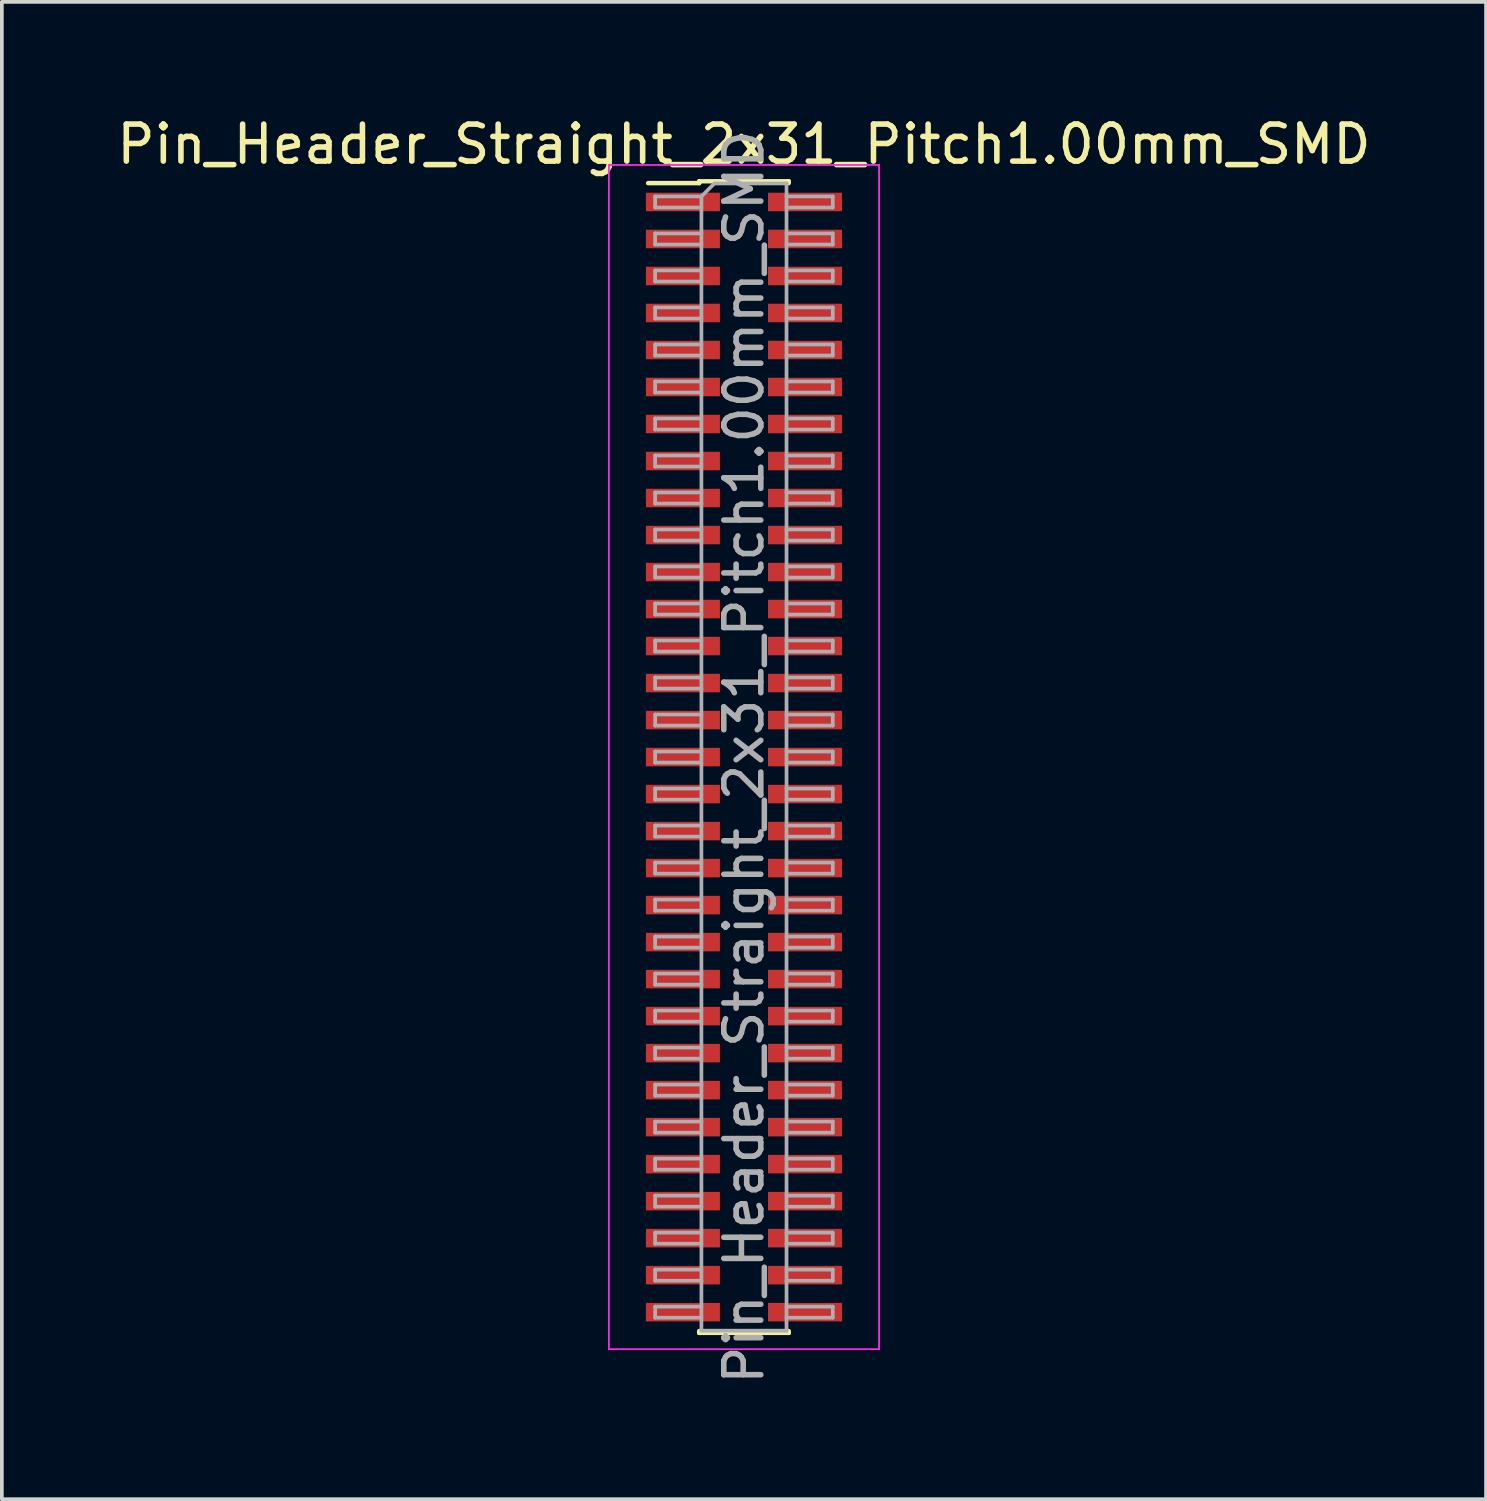
<source format=kicad_pcb>
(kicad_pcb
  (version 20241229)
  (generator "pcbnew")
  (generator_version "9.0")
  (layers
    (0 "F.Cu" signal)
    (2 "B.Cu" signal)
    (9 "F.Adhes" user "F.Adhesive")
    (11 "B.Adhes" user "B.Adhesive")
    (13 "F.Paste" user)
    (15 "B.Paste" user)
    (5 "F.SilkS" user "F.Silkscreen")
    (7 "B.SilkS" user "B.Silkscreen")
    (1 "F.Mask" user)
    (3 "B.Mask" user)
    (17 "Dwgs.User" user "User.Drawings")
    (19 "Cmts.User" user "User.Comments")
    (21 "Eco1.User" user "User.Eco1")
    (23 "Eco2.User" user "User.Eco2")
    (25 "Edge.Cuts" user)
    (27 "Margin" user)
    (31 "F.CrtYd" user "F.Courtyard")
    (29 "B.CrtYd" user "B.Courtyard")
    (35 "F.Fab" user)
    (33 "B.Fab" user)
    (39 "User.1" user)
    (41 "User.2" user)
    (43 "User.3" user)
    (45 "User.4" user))
  (footprint "Pin_Header_Straight_2x31_Pitch1.00mm_SMD"
    (layer "F.Cu")
    (at 17.054 17.408)
    (property "Reference" "Pin_Header_Straight_2x31_Pitch1.00mm_SMD" (at 0 -16.56 0) (layer "F.SilkS") (effects (font (size 1 1) (thickness 0.15))))
    (attr smd)
    (fp_line (start -2.59 -15.51) (end -1.21 -15.51) (stroke (width 0.12) (type solid)) (layer "F.SilkS"))
    (fp_line (start -1.21 -15.56) (end -1.21 -15.51) (stroke (width 0.12) (type solid)) (layer "F.SilkS"))
    (fp_line (start -1.21 -15.56) (end 1.21 -15.56) (stroke (width 0.12) (type solid)) (layer "F.SilkS"))
    (fp_line (start -1.21 15.51) (end -1.21 15.56) (stroke (width 0.12) (type solid)) (layer "F.SilkS"))
    (fp_line (start -1.21 15.56) (end 1.21 15.56) (stroke (width 0.12) (type solid)) (layer "F.SilkS"))
    (fp_line (start 1.21 -15.56) (end 1.21 -15.51) (stroke (width 0.12) (type solid)) (layer "F.SilkS"))
    (fp_line (start 1.21 15.51) (end 1.21 15.56) (stroke (width 0.12) (type solid)) (layer "F.SilkS"))
    (fp_line (start -3.65 -16) (end -3.65 16) (stroke (width 0.05) (type solid)) (layer "F.CrtYd"))
    (fp_line (start -3.65 16) (end 3.65 16) (stroke (width 0.05) (type solid)) (layer "F.CrtYd"))
    (fp_line (start 3.65 -16) (end -3.65 -16) (stroke (width 0.05) (type solid)) (layer "F.CrtYd"))
    (fp_line (start 3.65 16) (end 3.65 -16) (stroke (width 0.05) (type solid)) (layer "F.CrtYd"))
    (fp_line (start -2.4 -15.15) (end -2.4 -14.85) (stroke (width 0.1) (type solid)) (layer "F.Fab"))
    (fp_line (start -2.4 -14.85) (end -1.15 -14.85) (stroke (width 0.1) (type solid)) (layer "F.Fab"))
    (fp_line (start -2.4 -14.15) (end -2.4 -13.85) (stroke (width 0.1) (type solid)) (layer "F.Fab"))
    (fp_line (start -2.4 -13.85) (end -1.15 -13.85) (stroke (width 0.1) (type solid)) (layer "F.Fab"))
    (fp_line (start -2.4 -13.15) (end -2.4 -12.85) (stroke (width 0.1) (type solid)) (layer "F.Fab"))
    (fp_line (start -2.4 -12.85) (end -1.15 -12.85) (stroke (width 0.1) (type solid)) (layer "F.Fab"))
    (fp_line (start -2.4 -12.15) (end -2.4 -11.85) (stroke (width 0.1) (type solid)) (layer "F.Fab"))
    (fp_line (start -2.4 -11.85) (end -1.15 -11.85) (stroke (width 0.1) (type solid)) (layer "F.Fab"))
    (fp_line (start -2.4 -11.15) (end -2.4 -10.85) (stroke (width 0.1) (type solid)) (layer "F.Fab"))
    (fp_line (start -2.4 -10.85) (end -1.15 -10.85) (stroke (width 0.1) (type solid)) (layer "F.Fab"))
    (fp_line (start -2.4 -10.15) (end -2.4 -9.85) (stroke (width 0.1) (type solid)) (layer "F.Fab"))
    (fp_line (start -2.4 -9.85) (end -1.15 -9.85) (stroke (width 0.1) (type solid)) (layer "F.Fab"))
    (fp_line (start -2.4 -9.15) (end -2.4 -8.85) (stroke (width 0.1) (type solid)) (layer "F.Fab"))
    (fp_line (start -2.4 -8.85) (end -1.15 -8.85) (stroke (width 0.1) (type solid)) (layer "F.Fab"))
    (fp_line (start -2.4 -8.15) (end -2.4 -7.85) (stroke (width 0.1) (type solid)) (layer "F.Fab"))
    (fp_line (start -2.4 -7.85) (end -1.15 -7.85) (stroke (width 0.1) (type solid)) (layer "F.Fab"))
    (fp_line (start -2.4 -7.15) (end -2.4 -6.85) (stroke (width 0.1) (type solid)) (layer "F.Fab"))
    (fp_line (start -2.4 -6.85) (end -1.15 -6.85) (stroke (width 0.1) (type solid)) (layer "F.Fab"))
    (fp_line (start -2.4 -6.15) (end -2.4 -5.85) (stroke (width 0.1) (type solid)) (layer "F.Fab"))
    (fp_line (start -2.4 -5.85) (end -1.15 -5.85) (stroke (width 0.1) (type solid)) (layer "F.Fab"))
    (fp_line (start -2.4 -5.15) (end -2.4 -4.85) (stroke (width 0.1) (type solid)) (layer "F.Fab"))
    (fp_line (start -2.4 -4.85) (end -1.15 -4.85) (stroke (width 0.1) (type solid)) (layer "F.Fab"))
    (fp_line (start -2.4 -4.15) (end -2.4 -3.85) (stroke (width 0.1) (type solid)) (layer "F.Fab"))
    (fp_line (start -2.4 -3.85) (end -1.15 -3.85) (stroke (width 0.1) (type solid)) (layer "F.Fab"))
    (fp_line (start -2.4 -3.15) (end -2.4 -2.85) (stroke (width 0.1) (type solid)) (layer "F.Fab"))
    (fp_line (start -2.4 -2.85) (end -1.15 -2.85) (stroke (width 0.1) (type solid)) (layer "F.Fab"))
    (fp_line (start -2.4 -2.15) (end -2.4 -1.85) (stroke (width 0.1) (type solid)) (layer "F.Fab"))
    (fp_line (start -2.4 -1.85) (end -1.15 -1.85) (stroke (width 0.1) (type solid)) (layer "F.Fab"))
    (fp_line (start -2.4 -1.15) (end -2.4 -0.85) (stroke (width 0.1) (type solid)) (layer "F.Fab"))
    (fp_line (start -2.4 -0.85) (end -1.15 -0.85) (stroke (width 0.1) (type solid)) (layer "F.Fab"))
    (fp_line (start -2.4 -0.15) (end -2.4 0.15) (stroke (width 0.1) (type solid)) (layer "F.Fab"))
    (fp_line (start -2.4 0.15) (end -1.15 0.15) (stroke (width 0.1) (type solid)) (layer "F.Fab"))
    (fp_line (start -2.4 0.85) (end -2.4 1.15) (stroke (width 0.1) (type solid)) (layer "F.Fab"))
    (fp_line (start -2.4 1.15) (end -1.15 1.15) (stroke (width 0.1) (type solid)) (layer "F.Fab"))
    (fp_line (start -2.4 1.85) (end -2.4 2.15) (stroke (width 0.1) (type solid)) (layer "F.Fab"))
    (fp_line (start -2.4 2.15) (end -1.15 2.15) (stroke (width 0.1) (type solid)) (layer "F.Fab"))
    (fp_line (start -2.4 2.85) (end -2.4 3.15) (stroke (width 0.1) (type solid)) (layer "F.Fab"))
    (fp_line (start -2.4 3.15) (end -1.15 3.15) (stroke (width 0.1) (type solid)) (layer "F.Fab"))
    (fp_line (start -2.4 3.85) (end -2.4 4.15) (stroke (width 0.1) (type solid)) (layer "F.Fab"))
    (fp_line (start -2.4 4.15) (end -1.15 4.15) (stroke (width 0.1) (type solid)) (layer "F.Fab"))
    (fp_line (start -2.4 4.85) (end -2.4 5.15) (stroke (width 0.1) (type solid)) (layer "F.Fab"))
    (fp_line (start -2.4 5.15) (end -1.15 5.15) (stroke (width 0.1) (type solid)) (layer "F.Fab"))
    (fp_line (start -2.4 5.85) (end -2.4 6.15) (stroke (width 0.1) (type solid)) (layer "F.Fab"))
    (fp_line (start -2.4 6.15) (end -1.15 6.15) (stroke (width 0.1) (type solid)) (layer "F.Fab"))
    (fp_line (start -2.4 6.85) (end -2.4 7.15) (stroke (width 0.1) (type solid)) (layer "F.Fab"))
    (fp_line (start -2.4 7.15) (end -1.15 7.15) (stroke (width 0.1) (type solid)) (layer "F.Fab"))
    (fp_line (start -2.4 7.85) (end -2.4 8.15) (stroke (width 0.1) (type solid)) (layer "F.Fab"))
    (fp_line (start -2.4 8.15) (end -1.15 8.15) (stroke (width 0.1) (type solid)) (layer "F.Fab"))
    (fp_line (start -2.4 8.85) (end -2.4 9.15) (stroke (width 0.1) (type solid)) (layer "F.Fab"))
    (fp_line (start -2.4 9.15) (end -1.15 9.15) (stroke (width 0.1) (type solid)) (layer "F.Fab"))
    (fp_line (start -2.4 9.85) (end -2.4 10.15) (stroke (width 0.1) (type solid)) (layer "F.Fab"))
    (fp_line (start -2.4 10.15) (end -1.15 10.15) (stroke (width 0.1) (type solid)) (layer "F.Fab"))
    (fp_line (start -2.4 10.85) (end -2.4 11.15) (stroke (width 0.1) (type solid)) (layer "F.Fab"))
    (fp_line (start -2.4 11.15) (end -1.15 11.15) (stroke (width 0.1) (type solid)) (layer "F.Fab"))
    (fp_line (start -2.4 11.85) (end -2.4 12.15) (stroke (width 0.1) (type solid)) (layer "F.Fab"))
    (fp_line (start -2.4 12.15) (end -1.15 12.15) (stroke (width 0.1) (type solid)) (layer "F.Fab"))
    (fp_line (start -2.4 12.85) (end -2.4 13.15) (stroke (width 0.1) (type solid)) (layer "F.Fab"))
    (fp_line (start -2.4 13.15) (end -1.15 13.15) (stroke (width 0.1) (type solid)) (layer "F.Fab"))
    (fp_line (start -2.4 13.85) (end -2.4 14.15) (stroke (width 0.1) (type solid)) (layer "F.Fab"))
    (fp_line (start -2.4 14.15) (end -1.15 14.15) (stroke (width 0.1) (type solid)) (layer "F.Fab"))
    (fp_line (start -2.4 14.85) (end -2.4 15.15) (stroke (width 0.1) (type solid)) (layer "F.Fab"))
    (fp_line (start -2.4 15.15) (end -1.15 15.15) (stroke (width 0.1) (type solid)) (layer "F.Fab"))
    (fp_line (start -1.15 -15.15) (end -2.4 -15.15) (stroke (width 0.1) (type solid)) (layer "F.Fab"))
    (fp_line (start -1.15 -15.15) (end -0.8 -15.5) (stroke (width 0.1) (type solid)) (layer "F.Fab"))
    (fp_line (start -1.15 -14.15) (end -2.4 -14.15) (stroke (width 0.1) (type solid)) (layer "F.Fab"))
    (fp_line (start -1.15 -13.15) (end -2.4 -13.15) (stroke (width 0.1) (type solid)) (layer "F.Fab"))
    (fp_line (start -1.15 -12.15) (end -2.4 -12.15) (stroke (width 0.1) (type solid)) (layer "F.Fab"))
    (fp_line (start -1.15 -11.15) (end -2.4 -11.15) (stroke (width 0.1) (type solid)) (layer "F.Fab"))
    (fp_line (start -1.15 -10.15) (end -2.4 -10.15) (stroke (width 0.1) (type solid)) (layer "F.Fab"))
    (fp_line (start -1.15 -9.15) (end -2.4 -9.15) (stroke (width 0.1) (type solid)) (layer "F.Fab"))
    (fp_line (start -1.15 -8.15) (end -2.4 -8.15) (stroke (width 0.1) (type solid)) (layer "F.Fab"))
    (fp_line (start -1.15 -7.15) (end -2.4 -7.15) (stroke (width 0.1) (type solid)) (layer "F.Fab"))
    (fp_line (start -1.15 -6.15) (end -2.4 -6.15) (stroke (width 0.1) (type solid)) (layer "F.Fab"))
    (fp_line (start -1.15 -5.15) (end -2.4 -5.15) (stroke (width 0.1) (type solid)) (layer "F.Fab"))
    (fp_line (start -1.15 -4.15) (end -2.4 -4.15) (stroke (width 0.1) (type solid)) (layer "F.Fab"))
    (fp_line (start -1.15 -3.15) (end -2.4 -3.15) (stroke (width 0.1) (type solid)) (layer "F.Fab"))
    (fp_line (start -1.15 -2.15) (end -2.4 -2.15) (stroke (width 0.1) (type solid)) (layer "F.Fab"))
    (fp_line (start -1.15 -1.15) (end -2.4 -1.15) (stroke (width 0.1) (type solid)) (layer "F.Fab"))
    (fp_line (start -1.15 -0.15) (end -2.4 -0.15) (stroke (width 0.1) (type solid)) (layer "F.Fab"))
    (fp_line (start -1.15 0.85) (end -2.4 0.85) (stroke (width 0.1) (type solid)) (layer "F.Fab"))
    (fp_line (start -1.15 1.85) (end -2.4 1.85) (stroke (width 0.1) (type solid)) (layer "F.Fab"))
    (fp_line (start -1.15 2.85) (end -2.4 2.85) (stroke (width 0.1) (type solid)) (layer "F.Fab"))
    (fp_line (start -1.15 3.85) (end -2.4 3.85) (stroke (width 0.1) (type solid)) (layer "F.Fab"))
    (fp_line (start -1.15 4.85) (end -2.4 4.85) (stroke (width 0.1) (type solid)) (layer "F.Fab"))
    (fp_line (start -1.15 5.85) (end -2.4 5.85) (stroke (width 0.1) (type solid)) (layer "F.Fab"))
    (fp_line (start -1.15 6.85) (end -2.4 6.85) (stroke (width 0.1) (type solid)) (layer "F.Fab"))
    (fp_line (start -1.15 7.85) (end -2.4 7.85) (stroke (width 0.1) (type solid)) (layer "F.Fab"))
    (fp_line (start -1.15 8.85) (end -2.4 8.85) (stroke (width 0.1) (type solid)) (layer "F.Fab"))
    (fp_line (start -1.15 9.85) (end -2.4 9.85) (stroke (width 0.1) (type solid)) (layer "F.Fab"))
    (fp_line (start -1.15 10.85) (end -2.4 10.85) (stroke (width 0.1) (type solid)) (layer "F.Fab"))
    (fp_line (start -1.15 11.85) (end -2.4 11.85) (stroke (width 0.1) (type solid)) (layer "F.Fab"))
    (fp_line (start -1.15 12.85) (end -2.4 12.85) (stroke (width 0.1) (type solid)) (layer "F.Fab"))
    (fp_line (start -1.15 13.85) (end -2.4 13.85) (stroke (width 0.1) (type solid)) (layer "F.Fab"))
    (fp_line (start -1.15 14.85) (end -2.4 14.85) (stroke (width 0.1) (type solid)) (layer "F.Fab"))
    (fp_line (start -1.15 15.5) (end -1.15 -15.15) (stroke (width 0.1) (type solid)) (layer "F.Fab"))
    (fp_line (start -0.8 -15.5) (end 1.15 -15.5) (stroke (width 0.1) (type solid)) (layer "F.Fab"))
    (fp_line (start 1.15 -15.5) (end 1.15 15.5) (stroke (width 0.1) (type solid)) (layer "F.Fab"))
    (fp_line (start 1.15 -15.15) (end 2.4 -15.15) (stroke (width 0.1) (type solid)) (layer "F.Fab"))
    (fp_line (start 1.15 -14.15) (end 2.4 -14.15) (stroke (width 0.1) (type solid)) (layer "F.Fab"))
    (fp_line (start 1.15 -13.15) (end 2.4 -13.15) (stroke (width 0.1) (type solid)) (layer "F.Fab"))
    (fp_line (start 1.15 -12.15) (end 2.4 -12.15) (stroke (width 0.1) (type solid)) (layer "F.Fab"))
    (fp_line (start 1.15 -11.15) (end 2.4 -11.15) (stroke (width 0.1) (type solid)) (layer "F.Fab"))
    (fp_line (start 1.15 -10.15) (end 2.4 -10.15) (stroke (width 0.1) (type solid)) (layer "F.Fab"))
    (fp_line (start 1.15 -9.15) (end 2.4 -9.15) (stroke (width 0.1) (type solid)) (layer "F.Fab"))
    (fp_line (start 1.15 -8.15) (end 2.4 -8.15) (stroke (width 0.1) (type solid)) (layer "F.Fab"))
    (fp_line (start 1.15 -7.15) (end 2.4 -7.15) (stroke (width 0.1) (type solid)) (layer "F.Fab"))
    (fp_line (start 1.15 -6.15) (end 2.4 -6.15) (stroke (width 0.1) (type solid)) (layer "F.Fab"))
    (fp_line (start 1.15 -5.15) (end 2.4 -5.15) (stroke (width 0.1) (type solid)) (layer "F.Fab"))
    (fp_line (start 1.15 -4.15) (end 2.4 -4.15) (stroke (width 0.1) (type solid)) (layer "F.Fab"))
    (fp_line (start 1.15 -3.15) (end 2.4 -3.15) (stroke (width 0.1) (type solid)) (layer "F.Fab"))
    (fp_line (start 1.15 -2.15) (end 2.4 -2.15) (stroke (width 0.1) (type solid)) (layer "F.Fab"))
    (fp_line (start 1.15 -1.15) (end 2.4 -1.15) (stroke (width 0.1) (type solid)) (layer "F.Fab"))
    (fp_line (start 1.15 -0.15) (end 2.4 -0.15) (stroke (width 0.1) (type solid)) (layer "F.Fab"))
    (fp_line (start 1.15 0.85) (end 2.4 0.85) (stroke (width 0.1) (type solid)) (layer "F.Fab"))
    (fp_line (start 1.15 1.85) (end 2.4 1.85) (stroke (width 0.1) (type solid)) (layer "F.Fab"))
    (fp_line (start 1.15 2.85) (end 2.4 2.85) (stroke (width 0.1) (type solid)) (layer "F.Fab"))
    (fp_line (start 1.15 3.85) (end 2.4 3.85) (stroke (width 0.1) (type solid)) (layer "F.Fab"))
    (fp_line (start 1.15 4.85) (end 2.4 4.85) (stroke (width 0.1) (type solid)) (layer "F.Fab"))
    (fp_line (start 1.15 5.85) (end 2.4 5.85) (stroke (width 0.1) (type solid)) (layer "F.Fab"))
    (fp_line (start 1.15 6.85) (end 2.4 6.85) (stroke (width 0.1) (type solid)) (layer "F.Fab"))
    (fp_line (start 1.15 7.85) (end 2.4 7.85) (stroke (width 0.1) (type solid)) (layer "F.Fab"))
    (fp_line (start 1.15 8.85) (end 2.4 8.85) (stroke (width 0.1) (type solid)) (layer "F.Fab"))
    (fp_line (start 1.15 9.85) (end 2.4 9.85) (stroke (width 0.1) (type solid)) (layer "F.Fab"))
    (fp_line (start 1.15 10.85) (end 2.4 10.85) (stroke (width 0.1) (type solid)) (layer "F.Fab"))
    (fp_line (start 1.15 11.85) (end 2.4 11.85) (stroke (width 0.1) (type solid)) (layer "F.Fab"))
    (fp_line (start 1.15 12.85) (end 2.4 12.85) (stroke (width 0.1) (type solid)) (layer "F.Fab"))
    (fp_line (start 1.15 13.85) (end 2.4 13.85) (stroke (width 0.1) (type solid)) (layer "F.Fab"))
    (fp_line (start 1.15 14.85) (end 2.4 14.85) (stroke (width 0.1) (type solid)) (layer "F.Fab"))
    (fp_line (start 1.15 15.5) (end -1.15 15.5) (stroke (width 0.1) (type solid)) (layer "F.Fab"))
    (fp_line (start 2.4 -15.15) (end 2.4 -14.85) (stroke (width 0.1) (type solid)) (layer "F.Fab"))
    (fp_line (start 2.4 -14.85) (end 1.15 -14.85) (stroke (width 0.1) (type solid)) (layer "F.Fab"))
    (fp_line (start 2.4 -14.15) (end 2.4 -13.85) (stroke (width 0.1) (type solid)) (layer "F.Fab"))
    (fp_line (start 2.4 -13.85) (end 1.15 -13.85) (stroke (width 0.1) (type solid)) (layer "F.Fab"))
    (fp_line (start 2.4 -13.15) (end 2.4 -12.85) (stroke (width 0.1) (type solid)) (layer "F.Fab"))
    (fp_line (start 2.4 -12.85) (end 1.15 -12.85) (stroke (width 0.1) (type solid)) (layer "F.Fab"))
    (fp_line (start 2.4 -12.15) (end 2.4 -11.85) (stroke (width 0.1) (type solid)) (layer "F.Fab"))
    (fp_line (start 2.4 -11.85) (end 1.15 -11.85) (stroke (width 0.1) (type solid)) (layer "F.Fab"))
    (fp_line (start 2.4 -11.15) (end 2.4 -10.85) (stroke (width 0.1) (type solid)) (layer "F.Fab"))
    (fp_line (start 2.4 -10.85) (end 1.15 -10.85) (stroke (width 0.1) (type solid)) (layer "F.Fab"))
    (fp_line (start 2.4 -10.15) (end 2.4 -9.85) (stroke (width 0.1) (type solid)) (layer "F.Fab"))
    (fp_line (start 2.4 -9.85) (end 1.15 -9.85) (stroke (width 0.1) (type solid)) (layer "F.Fab"))
    (fp_line (start 2.4 -9.15) (end 2.4 -8.85) (stroke (width 0.1) (type solid)) (layer "F.Fab"))
    (fp_line (start 2.4 -8.85) (end 1.15 -8.85) (stroke (width 0.1) (type solid)) (layer "F.Fab"))
    (fp_line (start 2.4 -8.15) (end 2.4 -7.85) (stroke (width 0.1) (type solid)) (layer "F.Fab"))
    (fp_line (start 2.4 -7.85) (end 1.15 -7.85) (stroke (width 0.1) (type solid)) (layer "F.Fab"))
    (fp_line (start 2.4 -7.15) (end 2.4 -6.85) (stroke (width 0.1) (type solid)) (layer "F.Fab"))
    (fp_line (start 2.4 -6.85) (end 1.15 -6.85) (stroke (width 0.1) (type solid)) (layer "F.Fab"))
    (fp_line (start 2.4 -6.15) (end 2.4 -5.85) (stroke (width 0.1) (type solid)) (layer "F.Fab"))
    (fp_line (start 2.4 -5.85) (end 1.15 -5.85) (stroke (width 0.1) (type solid)) (layer "F.Fab"))
    (fp_line (start 2.4 -5.15) (end 2.4 -4.85) (stroke (width 0.1) (type solid)) (layer "F.Fab"))
    (fp_line (start 2.4 -4.85) (end 1.15 -4.85) (stroke (width 0.1) (type solid)) (layer "F.Fab"))
    (fp_line (start 2.4 -4.15) (end 2.4 -3.85) (stroke (width 0.1) (type solid)) (layer "F.Fab"))
    (fp_line (start 2.4 -3.85) (end 1.15 -3.85) (stroke (width 0.1) (type solid)) (layer "F.Fab"))
    (fp_line (start 2.4 -3.15) (end 2.4 -2.85) (stroke (width 0.1) (type solid)) (layer "F.Fab"))
    (fp_line (start 2.4 -2.85) (end 1.15 -2.85) (stroke (width 0.1) (type solid)) (layer "F.Fab"))
    (fp_line (start 2.4 -2.15) (end 2.4 -1.85) (stroke (width 0.1) (type solid)) (layer "F.Fab"))
    (fp_line (start 2.4 -1.85) (end 1.15 -1.85) (stroke (width 0.1) (type solid)) (layer "F.Fab"))
    (fp_line (start 2.4 -1.15) (end 2.4 -0.85) (stroke (width 0.1) (type solid)) (layer "F.Fab"))
    (fp_line (start 2.4 -0.85) (end 1.15 -0.85) (stroke (width 0.1) (type solid)) (layer "F.Fab"))
    (fp_line (start 2.4 -0.15) (end 2.4 0.15) (stroke (width 0.1) (type solid)) (layer "F.Fab"))
    (fp_line (start 2.4 0.15) (end 1.15 0.15) (stroke (width 0.1) (type solid)) (layer "F.Fab"))
    (fp_line (start 2.4 0.85) (end 2.4 1.15) (stroke (width 0.1) (type solid)) (layer "F.Fab"))
    (fp_line (start 2.4 1.15) (end 1.15 1.15) (stroke (width 0.1) (type solid)) (layer "F.Fab"))
    (fp_line (start 2.4 1.85) (end 2.4 2.15) (stroke (width 0.1) (type solid)) (layer "F.Fab"))
    (fp_line (start 2.4 2.15) (end 1.15 2.15) (stroke (width 0.1) (type solid)) (layer "F.Fab"))
    (fp_line (start 2.4 2.85) (end 2.4 3.15) (stroke (width 0.1) (type solid)) (layer "F.Fab"))
    (fp_line (start 2.4 3.15) (end 1.15 3.15) (stroke (width 0.1) (type solid)) (layer "F.Fab"))
    (fp_line (start 2.4 3.85) (end 2.4 4.15) (stroke (width 0.1) (type solid)) (layer "F.Fab"))
    (fp_line (start 2.4 4.15) (end 1.15 4.15) (stroke (width 0.1) (type solid)) (layer "F.Fab"))
    (fp_line (start 2.4 4.85) (end 2.4 5.15) (stroke (width 0.1) (type solid)) (layer "F.Fab"))
    (fp_line (start 2.4 5.15) (end 1.15 5.15) (stroke (width 0.1) (type solid)) (layer "F.Fab"))
    (fp_line (start 2.4 5.85) (end 2.4 6.15) (stroke (width 0.1) (type solid)) (layer "F.Fab"))
    (fp_line (start 2.4 6.15) (end 1.15 6.15) (stroke (width 0.1) (type solid)) (layer "F.Fab"))
    (fp_line (start 2.4 6.85) (end 2.4 7.15) (stroke (width 0.1) (type solid)) (layer "F.Fab"))
    (fp_line (start 2.4 7.15) (end 1.15 7.15) (stroke (width 0.1) (type solid)) (layer "F.Fab"))
    (fp_line (start 2.4 7.85) (end 2.4 8.15) (stroke (width 0.1) (type solid)) (layer "F.Fab"))
    (fp_line (start 2.4 8.15) (end 1.15 8.15) (stroke (width 0.1) (type solid)) (layer "F.Fab"))
    (fp_line (start 2.4 8.85) (end 2.4 9.15) (stroke (width 0.1) (type solid)) (layer "F.Fab"))
    (fp_line (start 2.4 9.15) (end 1.15 9.15) (stroke (width 0.1) (type solid)) (layer "F.Fab"))
    (fp_line (start 2.4 9.85) (end 2.4 10.15) (stroke (width 0.1) (type solid)) (layer "F.Fab"))
    (fp_line (start 2.4 10.15) (end 1.15 10.15) (stroke (width 0.1) (type solid)) (layer "F.Fab"))
    (fp_line (start 2.4 10.85) (end 2.4 11.15) (stroke (width 0.1) (type solid)) (layer "F.Fab"))
    (fp_line (start 2.4 11.15) (end 1.15 11.15) (stroke (width 0.1) (type solid)) (layer "F.Fab"))
    (fp_line (start 2.4 11.85) (end 2.4 12.15) (stroke (width 0.1) (type solid)) (layer "F.Fab"))
    (fp_line (start 2.4 12.15) (end 1.15 12.15) (stroke (width 0.1) (type solid)) (layer "F.Fab"))
    (fp_line (start 2.4 12.85) (end 2.4 13.15) (stroke (width 0.1) (type solid)) (layer "F.Fab"))
    (fp_line (start 2.4 13.15) (end 1.15 13.15) (stroke (width 0.1) (type solid)) (layer "F.Fab"))
    (fp_line (start 2.4 13.85) (end 2.4 14.15) (stroke (width 0.1) (type solid)) (layer "F.Fab"))
    (fp_line (start 2.4 14.15) (end 1.15 14.15) (stroke (width 0.1) (type solid)) (layer "F.Fab"))
    (fp_line (start 2.4 14.85) (end 2.4 15.15) (stroke (width 0.1) (type solid)) (layer "F.Fab"))
    (fp_line (start 2.4 15.15) (end 1.15 15.15) (stroke (width 0.1) (type solid)) (layer "F.Fab"))
    (fp_text user "${REFERENCE}" (at 0 0 90) (layer "F.Fab") (effects (font (size 1 1) (thickness 0.15))))
    (pad "1" smd rect (at -1.65 -15) (size 2 0.5) (layers "F.Cu" "F.Mask" "F.Paste"))
    (pad "2" smd rect (at 1.65 -15) (size 2 0.5) (layers "F.Cu" "F.Mask" "F.Paste"))
    (pad "3" smd rect (at -1.65 -14) (size 2 0.5) (layers "F.Cu" "F.Mask" "F.Paste"))
    (pad "4" smd rect (at 1.65 -14) (size 2 0.5) (layers "F.Cu" "F.Mask" "F.Paste"))
    (pad "5" smd rect (at -1.65 -13) (size 2 0.5) (layers "F.Cu" "F.Mask" "F.Paste"))
    (pad "6" smd rect (at 1.65 -13) (size 2 0.5) (layers "F.Cu" "F.Mask" "F.Paste"))
    (pad "7" smd rect (at -1.65 -12) (size 2 0.5) (layers "F.Cu" "F.Mask" "F.Paste"))
    (pad "8" smd rect (at 1.65 -12) (size 2 0.5) (layers "F.Cu" "F.Mask" "F.Paste"))
    (pad "9" smd rect (at -1.65 -11) (size 2 0.5) (layers "F.Cu" "F.Mask" "F.Paste"))
    (pad "10" smd rect (at 1.65 -11) (size 2 0.5) (layers "F.Cu" "F.Mask" "F.Paste"))
    (pad "11" smd rect (at -1.65 -10) (size 2 0.5) (layers "F.Cu" "F.Mask" "F.Paste"))
    (pad "12" smd rect (at 1.65 -10) (size 2 0.5) (layers "F.Cu" "F.Mask" "F.Paste"))
    (pad "13" smd rect (at -1.65 -9) (size 2 0.5) (layers "F.Cu" "F.Mask" "F.Paste"))
    (pad "14" smd rect (at 1.65 -9) (size 2 0.5) (layers "F.Cu" "F.Mask" "F.Paste"))
    (pad "15" smd rect (at -1.65 -8) (size 2 0.5) (layers "F.Cu" "F.Mask" "F.Paste"))
    (pad "16" smd rect (at 1.65 -8) (size 2 0.5) (layers "F.Cu" "F.Mask" "F.Paste"))
    (pad "17" smd rect (at -1.65 -7) (size 2 0.5) (layers "F.Cu" "F.Mask" "F.Paste"))
    (pad "18" smd rect (at 1.65 -7) (size 2 0.5) (layers "F.Cu" "F.Mask" "F.Paste"))
    (pad "19" smd rect (at -1.65 -6) (size 2 0.5) (layers "F.Cu" "F.Mask" "F.Paste"))
    (pad "20" smd rect (at 1.65 -6) (size 2 0.5) (layers "F.Cu" "F.Mask" "F.Paste"))
    (pad "21" smd rect (at -1.65 -5) (size 2 0.5) (layers "F.Cu" "F.Mask" "F.Paste"))
    (pad "22" smd rect (at 1.65 -5) (size 2 0.5) (layers "F.Cu" "F.Mask" "F.Paste"))
    (pad "23" smd rect (at -1.65 -4) (size 2 0.5) (layers "F.Cu" "F.Mask" "F.Paste"))
    (pad "24" smd rect (at 1.65 -4) (size 2 0.5) (layers "F.Cu" "F.Mask" "F.Paste"))
    (pad "25" smd rect (at -1.65 -3) (size 2 0.5) (layers "F.Cu" "F.Mask" "F.Paste"))
    (pad "26" smd rect (at 1.65 -3) (size 2 0.5) (layers "F.Cu" "F.Mask" "F.Paste"))
    (pad "27" smd rect (at -1.65 -2) (size 2 0.5) (layers "F.Cu" "F.Mask" "F.Paste"))
    (pad "28" smd rect (at 1.65 -2) (size 2 0.5) (layers "F.Cu" "F.Mask" "F.Paste"))
    (pad "29" smd rect (at -1.65 -1) (size 2 0.5) (layers "F.Cu" "F.Mask" "F.Paste"))
    (pad "30" smd rect (at 1.65 -1) (size 2 0.5) (layers "F.Cu" "F.Mask" "F.Paste"))
    (pad "31" smd rect (at -1.65 0) (size 2 0.5) (layers "F.Cu" "F.Mask" "F.Paste"))
    (pad "32" smd rect (at 1.65 0) (size 2 0.5) (layers "F.Cu" "F.Mask" "F.Paste"))
    (pad "33" smd rect (at -1.65 1) (size 2 0.5) (layers "F.Cu" "F.Mask" "F.Paste"))
    (pad "34" smd rect (at 1.65 1) (size 2 0.5) (layers "F.Cu" "F.Mask" "F.Paste"))
    (pad "35" smd rect (at -1.65 2) (size 2 0.5) (layers "F.Cu" "F.Mask" "F.Paste"))
    (pad "36" smd rect (at 1.65 2) (size 2 0.5) (layers "F.Cu" "F.Mask" "F.Paste"))
    (pad "37" smd rect (at -1.65 3) (size 2 0.5) (layers "F.Cu" "F.Mask" "F.Paste"))
    (pad "38" smd rect (at 1.65 3) (size 2 0.5) (layers "F.Cu" "F.Mask" "F.Paste"))
    (pad "39" smd rect (at -1.65 4) (size 2 0.5) (layers "F.Cu" "F.Mask" "F.Paste"))
    (pad "40" smd rect (at 1.65 4) (size 2 0.5) (layers "F.Cu" "F.Mask" "F.Paste"))
    (pad "41" smd rect (at -1.65 5) (size 2 0.5) (layers "F.Cu" "F.Mask" "F.Paste"))
    (pad "42" smd rect (at 1.65 5) (size 2 0.5) (layers "F.Cu" "F.Mask" "F.Paste"))
    (pad "43" smd rect (at -1.65 6) (size 2 0.5) (layers "F.Cu" "F.Mask" "F.Paste"))
    (pad "44" smd rect (at 1.65 6) (size 2 0.5) (layers "F.Cu" "F.Mask" "F.Paste"))
    (pad "45" smd rect (at -1.65 7) (size 2 0.5) (layers "F.Cu" "F.Mask" "F.Paste"))
    (pad "46" smd rect (at 1.65 7) (size 2 0.5) (layers "F.Cu" "F.Mask" "F.Paste"))
    (pad "47" smd rect (at -1.65 8) (size 2 0.5) (layers "F.Cu" "F.Mask" "F.Paste"))
    (pad "48" smd rect (at 1.65 8) (size 2 0.5) (layers "F.Cu" "F.Mask" "F.Paste"))
    (pad "49" smd rect (at -1.65 9) (size 2 0.5) (layers "F.Cu" "F.Mask" "F.Paste"))
    (pad "50" smd rect (at 1.65 9) (size 2 0.5) (layers "F.Cu" "F.Mask" "F.Paste"))
    (pad "51" smd rect (at -1.65 10) (size 2 0.5) (layers "F.Cu" "F.Mask" "F.Paste"))
    (pad "52" smd rect (at 1.65 10) (size 2 0.5) (layers "F.Cu" "F.Mask" "F.Paste"))
    (pad "53" smd rect (at -1.65 11) (size 2 0.5) (layers "F.Cu" "F.Mask" "F.Paste"))
    (pad "54" smd rect (at 1.65 11) (size 2 0.5) (layers "F.Cu" "F.Mask" "F.Paste"))
    (pad "55" smd rect (at -1.65 12) (size 2 0.5) (layers "F.Cu" "F.Mask" "F.Paste"))
    (pad "56" smd rect (at 1.65 12) (size 2 0.5) (layers "F.Cu" "F.Mask" "F.Paste"))
    (pad "57" smd rect (at -1.65 13) (size 2 0.5) (layers "F.Cu" "F.Mask" "F.Paste"))
    (pad "58" smd rect (at 1.65 13) (size 2 0.5) (layers "F.Cu" "F.Mask" "F.Paste"))
    (pad "59" smd rect (at -1.65 14) (size 2 0.5) (layers "F.Cu" "F.Mask" "F.Paste"))
    (pad "60" smd rect (at 1.65 14) (size 2 0.5) (layers "F.Cu" "F.Mask" "F.Paste"))
    (pad "61" smd rect (at -1.65 15) (size 2 0.5) (layers "F.Cu" "F.Mask" "F.Paste"))
    (pad "62" smd rect (at 1.65 15) (size 2 0.5) (layers "F.Cu" "F.Mask" "F.Paste")))
  (gr_rect
    (start -3 -3)
    (end 37.107 37.462)
    (stroke (width 0.1) (type default))
    (fill no)
    (layer "Edge.Cuts")))
</source>
